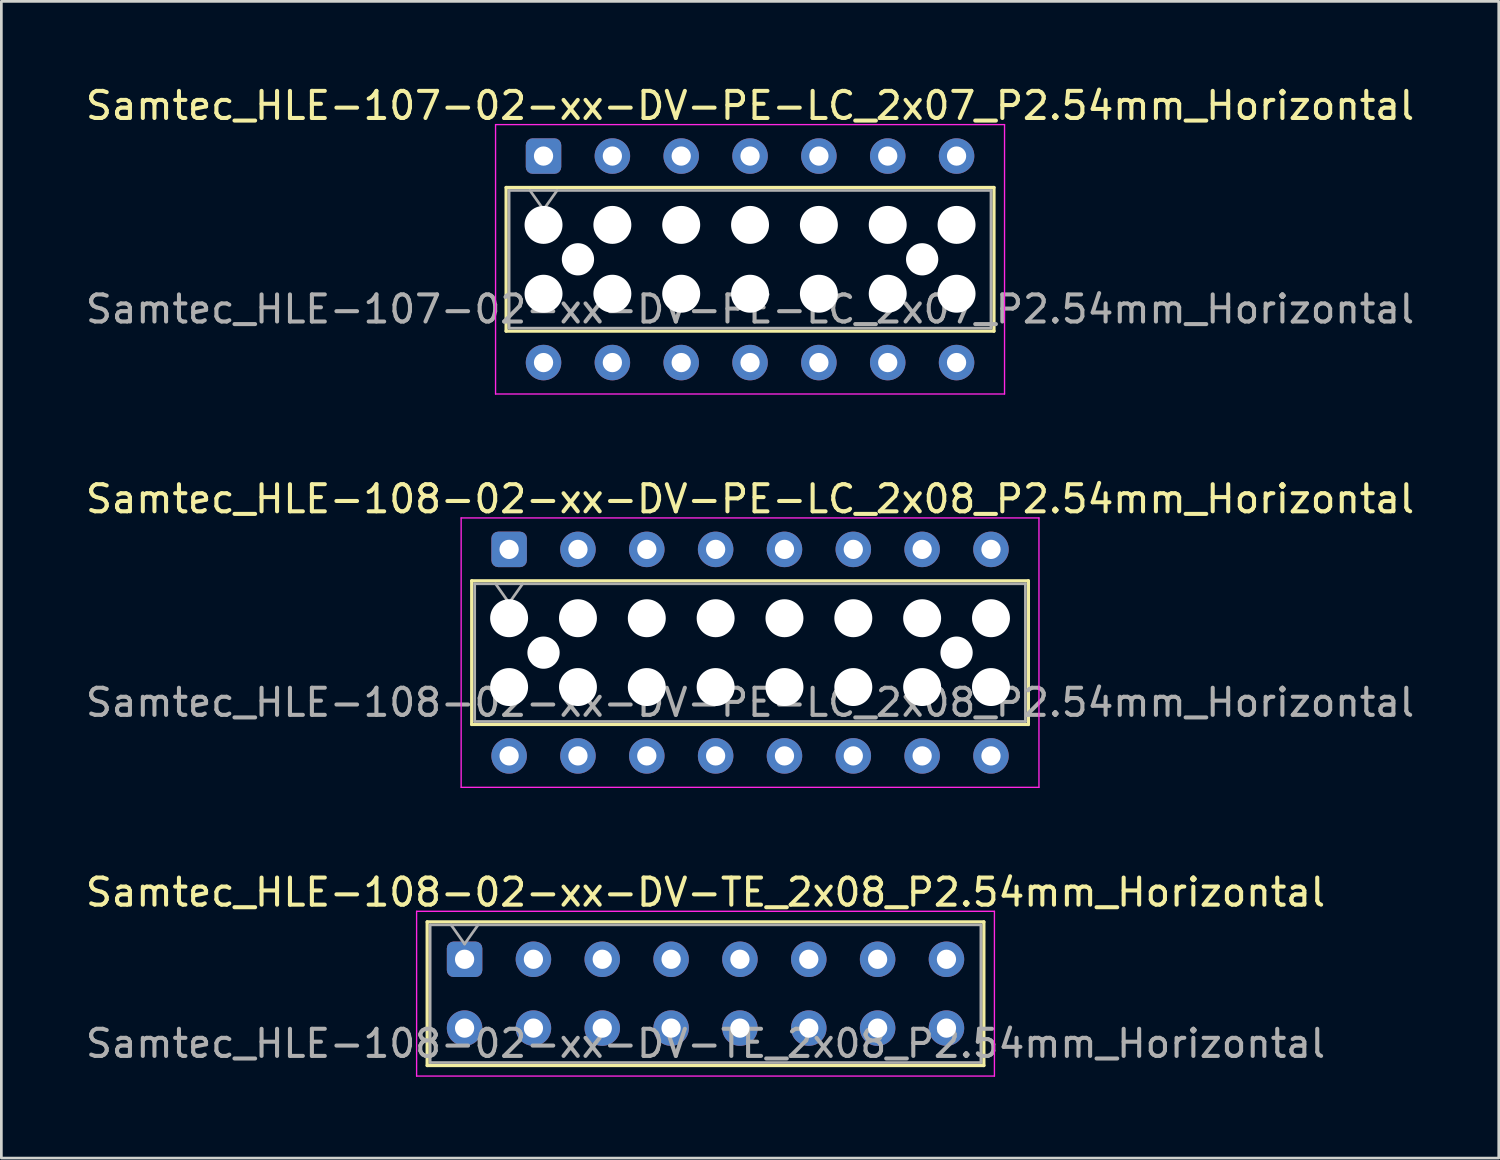
<source format=kicad_pcb>
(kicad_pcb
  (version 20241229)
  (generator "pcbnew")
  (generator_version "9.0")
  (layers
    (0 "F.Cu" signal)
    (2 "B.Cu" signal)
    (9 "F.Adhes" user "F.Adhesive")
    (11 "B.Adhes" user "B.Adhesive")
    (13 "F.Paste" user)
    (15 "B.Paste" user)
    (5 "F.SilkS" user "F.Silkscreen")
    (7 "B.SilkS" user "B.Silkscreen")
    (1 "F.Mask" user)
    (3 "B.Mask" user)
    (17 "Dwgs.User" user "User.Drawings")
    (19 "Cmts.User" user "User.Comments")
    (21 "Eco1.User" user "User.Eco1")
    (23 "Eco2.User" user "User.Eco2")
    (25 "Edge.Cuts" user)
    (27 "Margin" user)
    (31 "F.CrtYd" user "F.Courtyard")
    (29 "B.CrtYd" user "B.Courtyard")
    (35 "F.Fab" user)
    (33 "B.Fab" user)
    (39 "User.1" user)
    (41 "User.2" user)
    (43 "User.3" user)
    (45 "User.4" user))
  (footprint "Samtec_HLE-107-02-xx-DV-PE-LC_2x07_P2.54mm_Horizontal"
    (layer "F.Cu")
    (at 17.005 2.708)
    (property "Reference" "Samtec_HLE-107-02-xx-DV-PE-LC_2x07_P2.54mm_Horizontal" (at 7.62 -1.86 0) (layer "F.SilkS") (effects (font (size 1 1) (thickness 0.15))))
    (attr through_hole)
    (fp_line (start -1.38 1.16) (end 16.62 1.16) (stroke (width 0.12) (type solid)) (layer "F.SilkS"))
    (fp_line (start -1.38 6.46) (end -1.38 1.16) (stroke (width 0.12) (type solid)) (layer "F.SilkS"))
    (fp_line (start 16.62 1.16) (end 16.62 6.46) (stroke (width 0.12) (type solid)) (layer "F.SilkS"))
    (fp_line (start 16.62 6.46) (end -1.38 6.46) (stroke (width 0.12) (type solid)) (layer "F.SilkS"))
    (fp_line (start -1.77 -1.16) (end 17.01 -1.16) (stroke (width 0.05) (type solid)) (layer "F.CrtYd"))
    (fp_line (start -1.77 8.78) (end -1.77 -1.16) (stroke (width 0.05) (type solid)) (layer "F.CrtYd"))
    (fp_line (start 17.01 -1.16) (end 17.01 8.78) (stroke (width 0.05) (type solid)) (layer "F.CrtYd"))
    (fp_line (start 17.01 8.78) (end -1.77 8.78) (stroke (width 0.05) (type solid)) (layer "F.CrtYd"))
    (fp_line (start -1.27 1.27) (end 16.51 1.27) (stroke (width 0.1) (type solid)) (layer "F.Fab"))
    (fp_line (start -1.27 6.35) (end -1.27 1.27) (stroke (width 0.1) (type solid)) (layer "F.Fab"))
    (fp_line (start -0.5 1.27) (end 0 1.977) (stroke (width 0.1) (type solid)) (layer "F.Fab"))
    (fp_line (start 0 1.977) (end 0.5 1.27) (stroke (width 0.1) (type solid)) (layer "F.Fab"))
    (fp_line (start 16.51 1.27) (end 16.51 6.35) (stroke (width 0.1) (type solid)) (layer "F.Fab"))
    (fp_line (start 16.51 6.35) (end -1.27 6.35) (stroke (width 0.1) (type solid)) (layer "F.Fab"))
    (fp_text user "${REFERENCE}" (at 7.62 5.65 0) (layer "F.Fab") (effects (font (size 1 1) (thickness 0.15))))
    (pad "" np_thru_hole circle (at 0 2.54) (size 1.4 1.4) (drill 1.4) (layers "*.Cu" "*.Mask"))
    (pad "" np_thru_hole circle (at 0 5.08) (size 1.4 1.4) (drill 1.4) (layers "*.Cu" "*.Mask"))
    (pad "" np_thru_hole circle (at 1.27 3.81) (size 1.19 1.19) (drill 1.19) (layers "*.Cu" "*.Mask"))
    (pad "" np_thru_hole circle (at 2.54 2.54) (size 1.4 1.4) (drill 1.4) (layers "*.Cu" "*.Mask"))
    (pad "" np_thru_hole circle (at 2.54 5.08) (size 1.4 1.4) (drill 1.4) (layers "*.Cu" "*.Mask"))
    (pad "" np_thru_hole circle (at 5.08 2.54) (size 1.4 1.4) (drill 1.4) (layers "*.Cu" "*.Mask"))
    (pad "" np_thru_hole circle (at 5.08 5.08) (size 1.4 1.4) (drill 1.4) (layers "*.Cu" "*.Mask"))
    (pad "" np_thru_hole circle (at 7.62 2.54) (size 1.4 1.4) (drill 1.4) (layers "*.Cu" "*.Mask"))
    (pad "" np_thru_hole circle (at 7.62 5.08) (size 1.4 1.4) (drill 1.4) (layers "*.Cu" "*.Mask"))
    (pad "" np_thru_hole circle (at 10.16 2.54) (size 1.4 1.4) (drill 1.4) (layers "*.Cu" "*.Mask"))
    (pad "" np_thru_hole circle (at 10.16 5.08) (size 1.4 1.4) (drill 1.4) (layers "*.Cu" "*.Mask"))
    (pad "" np_thru_hole circle (at 12.7 2.54) (size 1.4 1.4) (drill 1.4) (layers "*.Cu" "*.Mask"))
    (pad "" np_thru_hole circle (at 12.7 5.08) (size 1.4 1.4) (drill 1.4) (layers "*.Cu" "*.Mask"))
    (pad "" np_thru_hole circle (at 13.97 3.81) (size 1.19 1.19) (drill 1.19) (layers "*.Cu" "*.Mask"))
    (pad "" np_thru_hole circle (at 15.24 2.54) (size 1.4 1.4) (drill 1.4) (layers "*.Cu" "*.Mask"))
    (pad "" np_thru_hole circle (at 15.24 5.08) (size 1.4 1.4) (drill 1.4) (layers "*.Cu" "*.Mask"))
    (pad "1" thru_hole roundrect (at 0 0) (size 1.31 1.31) (drill 0.71) (layers "*.Cu" "*.Mask") (roundrect_rratio 0.191))
    (pad "2" thru_hole circle (at 0 7.62) (size 1.31 1.31) (drill 0.71) (layers "*.Cu" "*.Mask"))
    (pad "3" thru_hole circle (at 2.54 0) (size 1.31 1.31) (drill 0.71) (layers "*.Cu" "*.Mask"))
    (pad "4" thru_hole circle (at 2.54 7.62) (size 1.31 1.31) (drill 0.71) (layers "*.Cu" "*.Mask"))
    (pad "5" thru_hole circle (at 5.08 0) (size 1.31 1.31) (drill 0.71) (layers "*.Cu" "*.Mask"))
    (pad "6" thru_hole circle (at 5.08 7.62) (size 1.31 1.31) (drill 0.71) (layers "*.Cu" "*.Mask"))
    (pad "7" thru_hole circle (at 7.62 0) (size 1.31 1.31) (drill 0.71) (layers "*.Cu" "*.Mask"))
    (pad "8" thru_hole circle (at 7.62 7.62) (size 1.31 1.31) (drill 0.71) (layers "*.Cu" "*.Mask"))
    (pad "9" thru_hole circle (at 10.16 0) (size 1.31 1.31) (drill 0.71) (layers "*.Cu" "*.Mask"))
    (pad "10" thru_hole circle (at 10.16 7.62) (size 1.31 1.31) (drill 0.71) (layers "*.Cu" "*.Mask"))
    (pad "11" thru_hole circle (at 12.7 0) (size 1.31 1.31) (drill 0.71) (layers "*.Cu" "*.Mask"))
    (pad "12" thru_hole circle (at 12.7 7.62) (size 1.31 1.31) (drill 0.71) (layers "*.Cu" "*.Mask"))
    (pad "13" thru_hole circle (at 15.24 0) (size 1.31 1.31) (drill 0.71) (layers "*.Cu" "*.Mask"))
    (pad "14" thru_hole circle (at 15.24 7.62) (size 1.31 1.31) (drill 0.71) (layers "*.Cu" "*.Mask")))
  (footprint "Samtec_HLE-108-02-xx-DV-TE_2x08_P2.54mm_Horizontal"
    (layer "F.Cu")
    (at 14.092 32.345)
    (property "Reference" "Samtec_HLE-108-02-xx-DV-TE_2x08_P2.54mm_Horizontal" (at 8.89 -2.47 0) (layer "F.SilkS") (effects (font (size 1 1) (thickness 0.15))))
    (attr through_hole)
    (fp_line (start -1.38 -1.38) (end 19.16 -1.38) (stroke (width 0.12) (type solid)) (layer "F.SilkS"))
    (fp_line (start -1.38 3.92) (end -1.38 -1.38) (stroke (width 0.12) (type solid)) (layer "F.SilkS"))
    (fp_line (start 19.16 -1.38) (end 19.16 3.92) (stroke (width 0.12) (type solid)) (layer "F.SilkS"))
    (fp_line (start 19.16 3.92) (end -1.38 3.92) (stroke (width 0.12) (type solid)) (layer "F.SilkS"))
    (fp_line (start -1.77 -1.77) (end 19.55 -1.77) (stroke (width 0.05) (type solid)) (layer "F.CrtYd"))
    (fp_line (start -1.77 4.31) (end -1.77 -1.77) (stroke (width 0.05) (type solid)) (layer "F.CrtYd"))
    (fp_line (start 19.55 -1.77) (end 19.55 4.31) (stroke (width 0.05) (type solid)) (layer "F.CrtYd"))
    (fp_line (start 19.55 4.31) (end -1.77 4.31) (stroke (width 0.05) (type solid)) (layer "F.CrtYd"))
    (fp_line (start -1.27 -1.27) (end 19.05 -1.27) (stroke (width 0.1) (type solid)) (layer "F.Fab"))
    (fp_line (start -1.27 3.81) (end -1.27 -1.27) (stroke (width 0.1) (type solid)) (layer "F.Fab"))
    (fp_line (start -0.5 -1.27) (end 0 -0.563) (stroke (width 0.1) (type solid)) (layer "F.Fab"))
    (fp_line (start 0 -0.563) (end 0.5 -1.27) (stroke (width 0.1) (type solid)) (layer "F.Fab"))
    (fp_line (start 19.05 -1.27) (end 19.05 3.81) (stroke (width 0.1) (type solid)) (layer "F.Fab"))
    (fp_line (start 19.05 3.81) (end -1.27 3.81) (stroke (width 0.1) (type solid)) (layer "F.Fab"))
    (fp_text user "${REFERENCE}" (at 8.89 3.11 0) (layer "F.Fab") (effects (font (size 1 1) (thickness 0.15))))
    (pad "1" thru_hole roundrect (at 0 0) (size 1.31 1.31) (drill 0.71) (layers "*.Cu" "*.Mask") (roundrect_rratio 0.191))
    (pad "2" thru_hole circle (at 0 2.54) (size 1.31 1.31) (drill 0.71) (layers "*.Cu" "*.Mask"))
    (pad "3" thru_hole circle (at 2.54 0) (size 1.31 1.31) (drill 0.71) (layers "*.Cu" "*.Mask"))
    (pad "4" thru_hole circle (at 2.54 2.54) (size 1.31 1.31) (drill 0.71) (layers "*.Cu" "*.Mask"))
    (pad "5" thru_hole circle (at 5.08 0) (size 1.31 1.31) (drill 0.71) (layers "*.Cu" "*.Mask"))
    (pad "6" thru_hole circle (at 5.08 2.54) (size 1.31 1.31) (drill 0.71) (layers "*.Cu" "*.Mask"))
    (pad "7" thru_hole circle (at 7.62 0) (size 1.31 1.31) (drill 0.71) (layers "*.Cu" "*.Mask"))
    (pad "8" thru_hole circle (at 7.62 2.54) (size 1.31 1.31) (drill 0.71) (layers "*.Cu" "*.Mask"))
    (pad "9" thru_hole circle (at 10.16 0) (size 1.31 1.31) (drill 0.71) (layers "*.Cu" "*.Mask"))
    (pad "10" thru_hole circle (at 10.16 2.54) (size 1.31 1.31) (drill 0.71) (layers "*.Cu" "*.Mask"))
    (pad "11" thru_hole circle (at 12.7 0) (size 1.31 1.31) (drill 0.71) (layers "*.Cu" "*.Mask"))
    (pad "12" thru_hole circle (at 12.7 2.54) (size 1.31 1.31) (drill 0.71) (layers "*.Cu" "*.Mask"))
    (pad "13" thru_hole circle (at 15.24 0) (size 1.31 1.31) (drill 0.71) (layers "*.Cu" "*.Mask"))
    (pad "14" thru_hole circle (at 15.24 2.54) (size 1.31 1.31) (drill 0.71) (layers "*.Cu" "*.Mask"))
    (pad "15" thru_hole circle (at 17.78 0) (size 1.31 1.31) (drill 0.71) (layers "*.Cu" "*.Mask"))
    (pad "16" thru_hole circle (at 17.78 2.54) (size 1.31 1.31) (drill 0.71) (layers "*.Cu" "*.Mask")))
  (footprint "Samtec_HLE-108-02-xx-DV-PE-LC_2x08_P2.54mm_Horizontal"
    (layer "F.Cu")
    (at 15.735 17.221)
    (property "Reference" "Samtec_HLE-108-02-xx-DV-PE-LC_2x08_P2.54mm_Horizontal" (at 8.89 -1.86 0) (layer "F.SilkS") (effects (font (size 1 1) (thickness 0.15))))
    (attr through_hole)
    (fp_line (start -1.38 1.16) (end 19.16 1.16) (stroke (width 0.12) (type solid)) (layer "F.SilkS"))
    (fp_line (start -1.38 6.46) (end -1.38 1.16) (stroke (width 0.12) (type solid)) (layer "F.SilkS"))
    (fp_line (start 19.16 1.16) (end 19.16 6.46) (stroke (width 0.12) (type solid)) (layer "F.SilkS"))
    (fp_line (start 19.16 6.46) (end -1.38 6.46) (stroke (width 0.12) (type solid)) (layer "F.SilkS"))
    (fp_line (start -1.77 -1.16) (end 19.55 -1.16) (stroke (width 0.05) (type solid)) (layer "F.CrtYd"))
    (fp_line (start -1.77 8.78) (end -1.77 -1.16) (stroke (width 0.05) (type solid)) (layer "F.CrtYd"))
    (fp_line (start 19.55 -1.16) (end 19.55 8.78) (stroke (width 0.05) (type solid)) (layer "F.CrtYd"))
    (fp_line (start 19.55 8.78) (end -1.77 8.78) (stroke (width 0.05) (type solid)) (layer "F.CrtYd"))
    (fp_line (start -1.27 1.27) (end 19.05 1.27) (stroke (width 0.1) (type solid)) (layer "F.Fab"))
    (fp_line (start -1.27 6.35) (end -1.27 1.27) (stroke (width 0.1) (type solid)) (layer "F.Fab"))
    (fp_line (start -0.5 1.27) (end 0 1.977) (stroke (width 0.1) (type solid)) (layer "F.Fab"))
    (fp_line (start 0 1.977) (end 0.5 1.27) (stroke (width 0.1) (type solid)) (layer "F.Fab"))
    (fp_line (start 19.05 1.27) (end 19.05 6.35) (stroke (width 0.1) (type solid)) (layer "F.Fab"))
    (fp_line (start 19.05 6.35) (end -1.27 6.35) (stroke (width 0.1) (type solid)) (layer "F.Fab"))
    (fp_text user "${REFERENCE}" (at 8.89 5.65 0) (layer "F.Fab") (effects (font (size 1 1) (thickness 0.15))))
    (pad "" np_thru_hole circle (at 0 2.54) (size 1.4 1.4) (drill 1.4) (layers "*.Cu" "*.Mask"))
    (pad "" np_thru_hole circle (at 0 5.08) (size 1.4 1.4) (drill 1.4) (layers "*.Cu" "*.Mask"))
    (pad "" np_thru_hole circle (at 1.27 3.81) (size 1.19 1.19) (drill 1.19) (layers "*.Cu" "*.Mask"))
    (pad "" np_thru_hole circle (at 2.54 2.54) (size 1.4 1.4) (drill 1.4) (layers "*.Cu" "*.Mask"))
    (pad "" np_thru_hole circle (at 2.54 5.08) (size 1.4 1.4) (drill 1.4) (layers "*.Cu" "*.Mask"))
    (pad "" np_thru_hole circle (at 5.08 2.54) (size 1.4 1.4) (drill 1.4) (layers "*.Cu" "*.Mask"))
    (pad "" np_thru_hole circle (at 5.08 5.08) (size 1.4 1.4) (drill 1.4) (layers "*.Cu" "*.Mask"))
    (pad "" np_thru_hole circle (at 7.62 2.54) (size 1.4 1.4) (drill 1.4) (layers "*.Cu" "*.Mask"))
    (pad "" np_thru_hole circle (at 7.62 5.08) (size 1.4 1.4) (drill 1.4) (layers "*.Cu" "*.Mask"))
    (pad "" np_thru_hole circle (at 10.16 2.54) (size 1.4 1.4) (drill 1.4) (layers "*.Cu" "*.Mask"))
    (pad "" np_thru_hole circle (at 10.16 5.08) (size 1.4 1.4) (drill 1.4) (layers "*.Cu" "*.Mask"))
    (pad "" np_thru_hole circle (at 12.7 2.54) (size 1.4 1.4) (drill 1.4) (layers "*.Cu" "*.Mask"))
    (pad "" np_thru_hole circle (at 12.7 5.08) (size 1.4 1.4) (drill 1.4) (layers "*.Cu" "*.Mask"))
    (pad "" np_thru_hole circle (at 15.24 2.54) (size 1.4 1.4) (drill 1.4) (layers "*.Cu" "*.Mask"))
    (pad "" np_thru_hole circle (at 15.24 5.08) (size 1.4 1.4) (drill 1.4) (layers "*.Cu" "*.Mask"))
    (pad "" np_thru_hole circle (at 16.51 3.81) (size 1.19 1.19) (drill 1.19) (layers "*.Cu" "*.Mask"))
    (pad "" np_thru_hole circle (at 17.78 2.54) (size 1.4 1.4) (drill 1.4) (layers "*.Cu" "*.Mask"))
    (pad "" np_thru_hole circle (at 17.78 5.08) (size 1.4 1.4) (drill 1.4) (layers "*.Cu" "*.Mask"))
    (pad "1" thru_hole roundrect (at 0 0) (size 1.31 1.31) (drill 0.71) (layers "*.Cu" "*.Mask") (roundrect_rratio 0.191))
    (pad "2" thru_hole circle (at 0 7.62) (size 1.31 1.31) (drill 0.71) (layers "*.Cu" "*.Mask"))
    (pad "3" thru_hole circle (at 2.54 0) (size 1.31 1.31) (drill 0.71) (layers "*.Cu" "*.Mask"))
    (pad "4" thru_hole circle (at 2.54 7.62) (size 1.31 1.31) (drill 0.71) (layers "*.Cu" "*.Mask"))
    (pad "5" thru_hole circle (at 5.08 0) (size 1.31 1.31) (drill 0.71) (layers "*.Cu" "*.Mask"))
    (pad "6" thru_hole circle (at 5.08 7.62) (size 1.31 1.31) (drill 0.71) (layers "*.Cu" "*.Mask"))
    (pad "7" thru_hole circle (at 7.62 0) (size 1.31 1.31) (drill 0.71) (layers "*.Cu" "*.Mask"))
    (pad "8" thru_hole circle (at 7.62 7.62) (size 1.31 1.31) (drill 0.71) (layers "*.Cu" "*.Mask"))
    (pad "9" thru_hole circle (at 10.16 0) (size 1.31 1.31) (drill 0.71) (layers "*.Cu" "*.Mask"))
    (pad "10" thru_hole circle (at 10.16 7.62) (size 1.31 1.31) (drill 0.71) (layers "*.Cu" "*.Mask"))
    (pad "11" thru_hole circle (at 12.7 0) (size 1.31 1.31) (drill 0.71) (layers "*.Cu" "*.Mask"))
    (pad "12" thru_hole circle (at 12.7 7.62) (size 1.31 1.31) (drill 0.71) (layers "*.Cu" "*.Mask"))
    (pad "13" thru_hole circle (at 15.24 0) (size 1.31 1.31) (drill 0.71) (layers "*.Cu" "*.Mask"))
    (pad "14" thru_hole circle (at 15.24 7.62) (size 1.31 1.31) (drill 0.71) (layers "*.Cu" "*.Mask"))
    (pad "15" thru_hole circle (at 17.78 0) (size 1.31 1.31) (drill 0.71) (layers "*.Cu" "*.Mask"))
    (pad "16" thru_hole circle (at 17.78 7.62) (size 1.31 1.31) (drill 0.71) (layers "*.Cu" "*.Mask")))
  (gr_rect
    (start -3 -3)
    (end 52.25 39.68)
    (stroke (width 0.1) (type default))
    (fill no)
    (layer "Edge.Cuts")))
</source>
